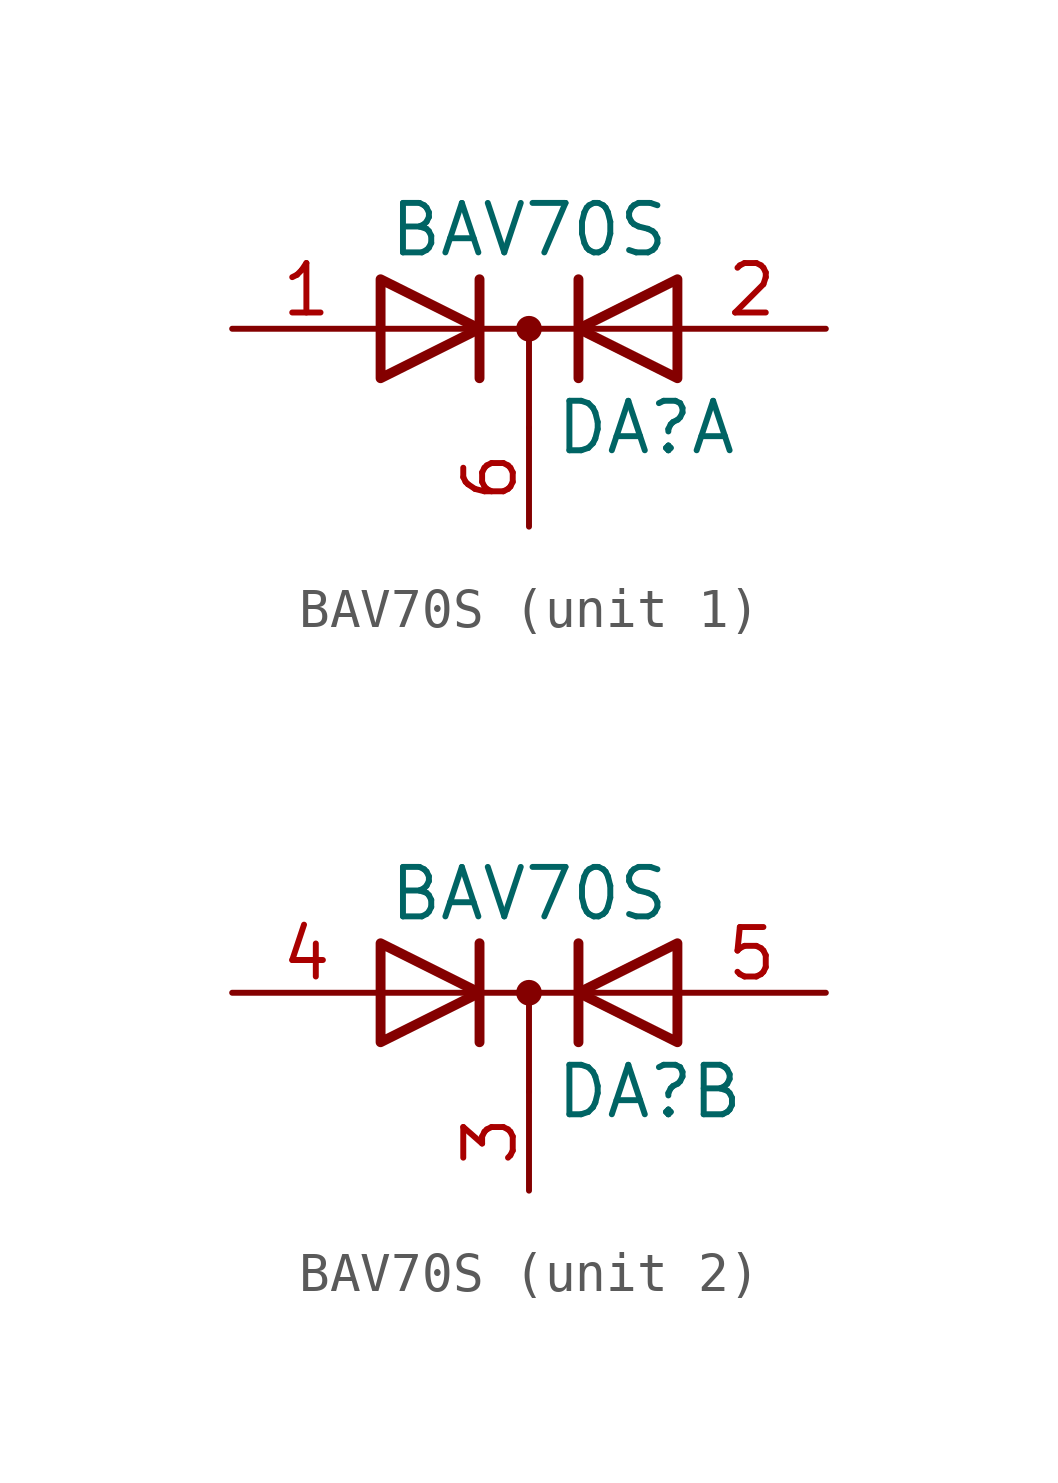
<source format=kicad_sym>
(kicad_symbol_lib
  (version 20220914)
  (generator kicad_symbol_editor)
  (symbol "BAV70S"
    (pin_names
      (offset 0.762) hide)
    (property "Reference" "DA"
      (at 0.635 -2.54 0)
      (effects (font (size 1.27 1.27)) (justify left)))
    (property "Value" "BAV70S"
      (at 0 2.54 0)
      (effects (font (size 1.27 1.27))))
    (symbol "BAV70S_0_1"
      (polyline (pts (xy -3.81 0) (xy 3.81 0)) (stroke (width 0) (type default)) (fill (type none)))
      (polyline (pts (xy 0 0) (xy 0 -2.54)) (stroke (width 0) (type default)) (fill (type none)))
      (polyline (pts (xy -1.27 -1.27) (xy -1.27 1.27) (xy -1.27 1.27)) (stroke (width 0.254) (type default)) (fill (type none)))
      (polyline (pts (xy 1.27 -1.27) (xy 1.27 1.27) (xy 1.27 1.27)) (stroke (width 0.254) (type default)) (fill (type none)))
      (polyline (pts (xy -3.81 1.27) (xy -1.27 0) (xy -3.81 -1.27) (xy -3.81 1.27) (xy -3.81 1.27) (xy -3.81 1.27)) (stroke (width 0.254) (type default)) (fill (type none)))
      (polyline (pts (xy 3.81 -1.27) (xy 1.27 0) (xy 3.81 1.27) (xy 3.81 -1.27) (xy 3.81 -1.27) (xy 3.81 -1.27)) (stroke (width 0.254) (type default)) (fill (type none)))
      (circle (center 0 0) (radius 0.254) (stroke (width 0) (type default)) (fill (type outline))))
    (symbol "BAV70S_1_1"
      (pin passive line (at -7.62 0 0) (length 3.81) (name "A" (effects (font (size 1.27 1.27)))) (number "1" (effects (font (size 1.27 1.27)))))
      (pin passive line (at 7.62 0 180) (length 3.81) (name "A" (effects (font (size 1.27 1.27)))) (number "2" (effects (font (size 1.27 1.27)))))
      (pin passive line (at 0 -5.08 90) (length 2.54) (name "K" (effects (font (size 1.27 1.27)))) (number "6" (effects (font (size 1.27 1.27))))))
    (symbol "BAV70S_2_1"
      (pin passive line (at 0 -5.08 90) (length 2.54) (name "K" (effects (font (size 1.27 1.27)))) (number "3" (effects (font (size 1.27 1.27)))))
      (pin passive line (at -7.62 0 0) (length 3.81) (name "A" (effects (font (size 1.27 1.27)))) (number "4" (effects (font (size 1.27 1.27)))))
      (pin passive line (at 7.62 0 180) (length 3.81) (name "A" (effects (font (size 1.27 1.27)))) (number "5" (effects (font (size 1.27 1.27))))))))
</source>
